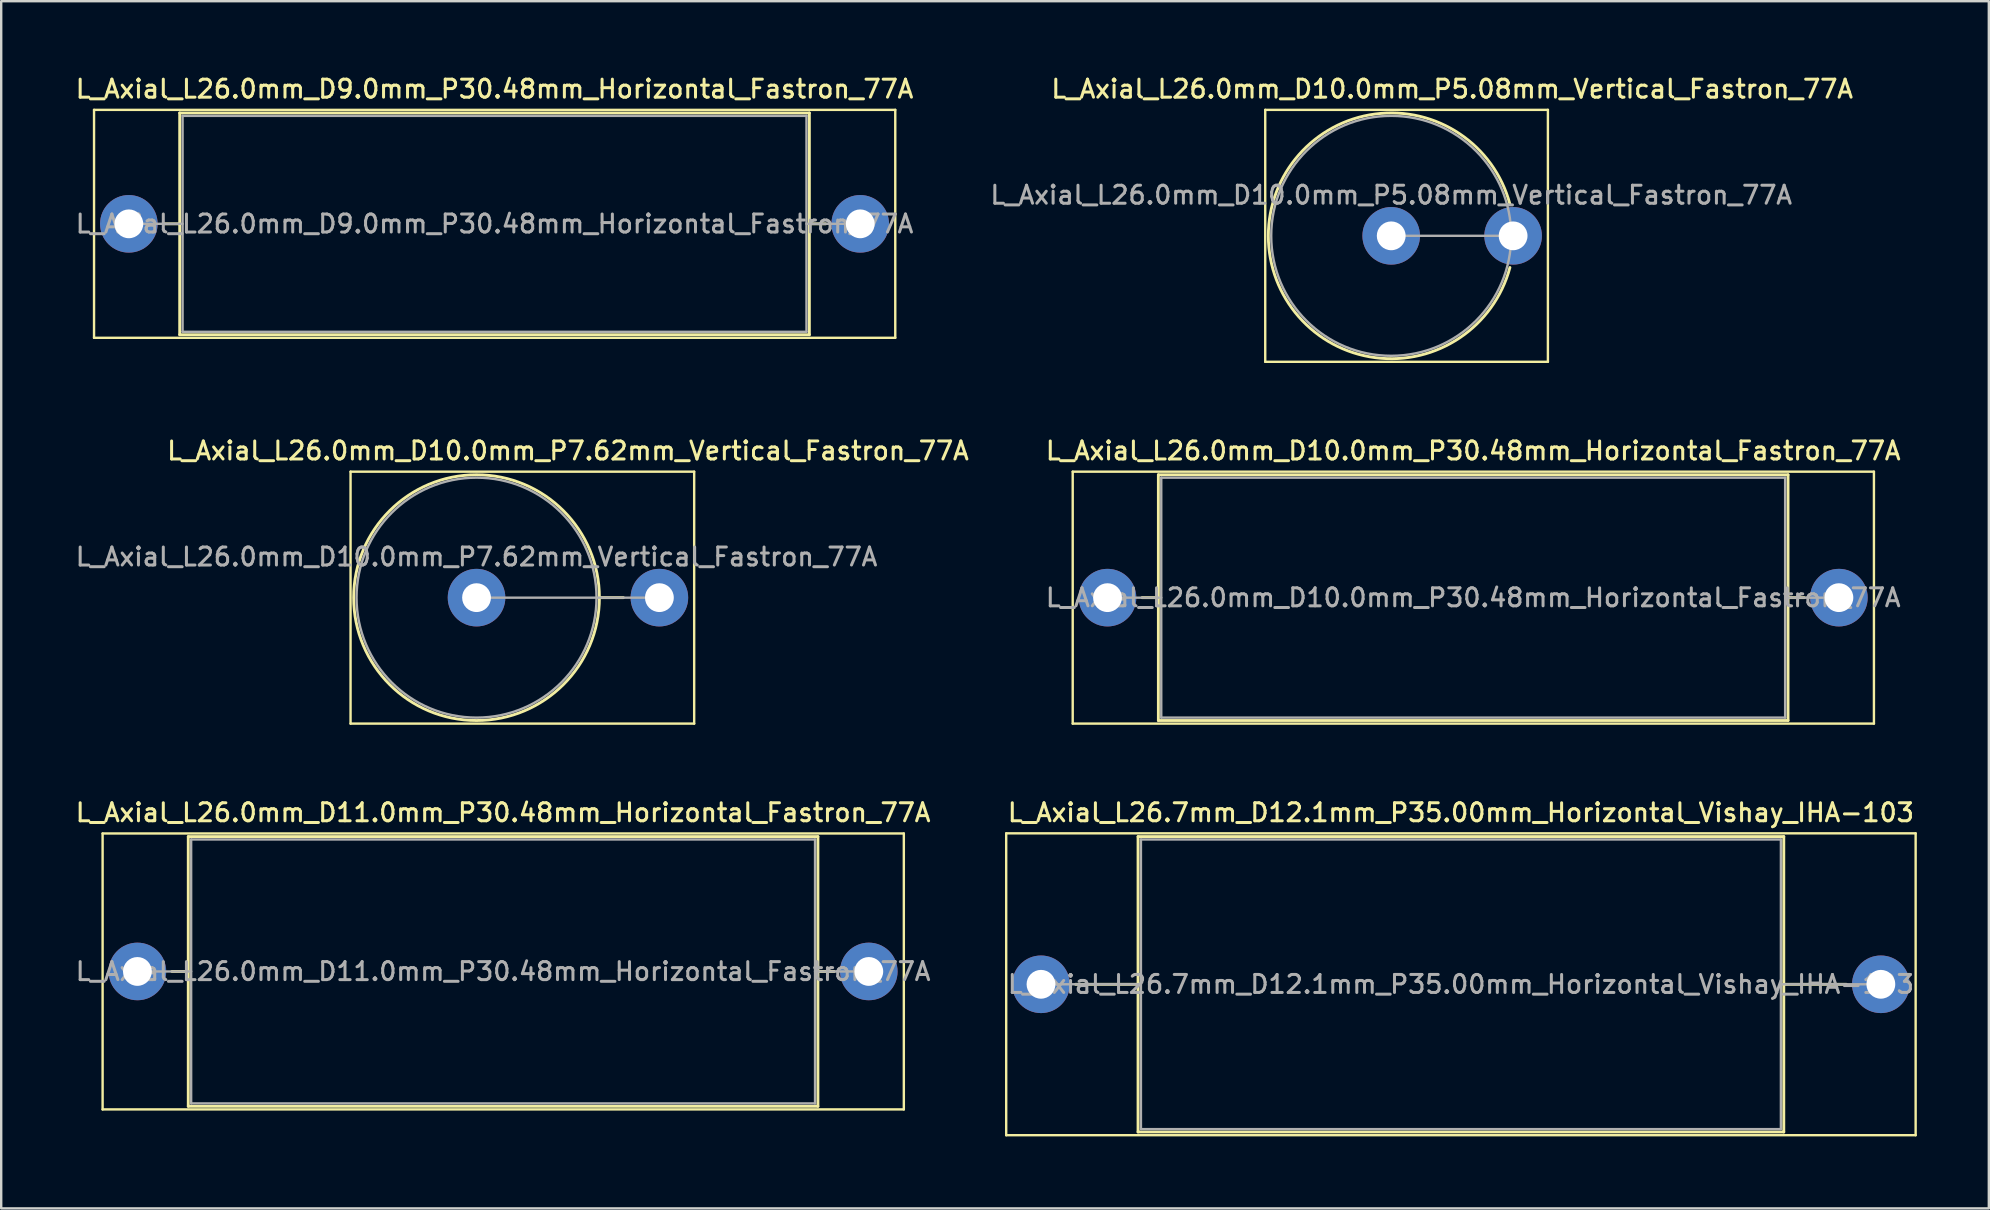
<source format=kicad_pcb>
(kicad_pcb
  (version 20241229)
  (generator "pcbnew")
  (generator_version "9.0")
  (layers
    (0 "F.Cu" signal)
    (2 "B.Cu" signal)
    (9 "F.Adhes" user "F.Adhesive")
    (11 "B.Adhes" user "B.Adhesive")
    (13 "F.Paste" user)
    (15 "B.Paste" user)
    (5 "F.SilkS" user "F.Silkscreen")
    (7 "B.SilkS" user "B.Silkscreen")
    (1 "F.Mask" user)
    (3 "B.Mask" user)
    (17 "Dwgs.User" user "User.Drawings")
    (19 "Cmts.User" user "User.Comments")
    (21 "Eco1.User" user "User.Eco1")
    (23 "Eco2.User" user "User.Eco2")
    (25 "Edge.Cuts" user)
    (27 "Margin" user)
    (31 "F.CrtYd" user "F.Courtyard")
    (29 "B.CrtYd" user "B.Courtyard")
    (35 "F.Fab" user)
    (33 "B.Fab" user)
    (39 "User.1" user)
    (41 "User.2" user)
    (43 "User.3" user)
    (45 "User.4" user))
  (footprint "L_Axial_L26.0mm_D10.0mm_P5.08mm_Vertical_Fastron_77A"
    (layer "F.Cu")
    (at 54.927 6.778)
    (property "Reference" "L_Axial_L26.0mm_D10.0mm_P5.08mm_Vertical_Fastron_77A" (at 2.54 -6.12 0) (layer "F.SilkS") (effects (font (size 0.75 0.75) (thickness 0.125))))
    (attr through_hole)
    (fp_line (start -5.25 -5.25) (end -5.25 5.25) (stroke (width 0.1) (type solid)) (layer "F.SilkS"))
    (fp_line (start -5.25 5.25) (end 6.53 5.25) (stroke (width 0.1) (type solid)) (layer "F.SilkS"))
    (fp_line (start 6.53 -5.25) (end -5.25 -5.25) (stroke (width 0.1) (type solid)) (layer "F.SilkS"))
    (fp_line (start 6.53 5.25) (end 6.53 -5.25) (stroke (width 0.1) (type solid)) (layer "F.SilkS"))
    (fp_arc (start 4.946918 1.32) (mid -5.12 0) (end 4.946918 -1.32) (stroke (width 0.12) (type solid)) (layer "F.SilkS"))
    (fp_line (start 0 0) (end 5.08 0) (stroke (width 0.1) (type solid)) (layer "F.Fab"))
    (fp_circle (center 0 0) (end 5 0) (stroke (width 0.1) (type solid)) (fill no) (layer "F.Fab"))
    (fp_text user "${REFERENCE}" (at 0 -1.7 0) (layer "F.Fab") (effects (font (size 0.75 0.75) (thickness 0.125))))
    (pad "1" thru_hole circle (at 0 0) (size 2.4 2.4) (drill 1.2) (layers "*.Cu" "*.Mask"))
    (pad "2" thru_hole oval (at 5.08 0) (size 2.4 2.4) (drill 1.2) (layers "*.Cu" "*.Mask")))
  (footprint "L_Axial_L26.0mm_D10.0mm_P30.48mm_Horizontal_Fastron_77A"
    (layer "F.Cu")
    (at 43.104 21.856)
    (property "Reference" "L_Axial_L26.0mm_D10.0mm_P30.48mm_Horizontal_Fastron_77A" (at 15.24 -6.12 0) (layer "F.SilkS") (effects (font (size 0.75 0.75) (thickness 0.125))))
    (attr through_hole)
    (fp_line (start -1.45 -5.25) (end -1.45 5.25) (stroke (width 0.1) (type solid)) (layer "F.SilkS"))
    (fp_line (start -1.45 5.25) (end 31.94 5.25) (stroke (width 0.1) (type solid)) (layer "F.SilkS"))
    (fp_line (start 1.44 0) (end 2.12 0) (stroke (width 0.12) (type solid)) (layer "F.SilkS"))
    (fp_line (start 2.12 -5.12) (end 2.12 5.12) (stroke (width 0.12) (type solid)) (layer "F.SilkS"))
    (fp_line (start 2.12 5.12) (end 28.36 5.12) (stroke (width 0.12) (type solid)) (layer "F.SilkS"))
    (fp_line (start 28.36 -5.12) (end 2.12 -5.12) (stroke (width 0.12) (type solid)) (layer "F.SilkS"))
    (fp_line (start 28.36 5.12) (end 28.36 -5.12) (stroke (width 0.12) (type solid)) (layer "F.SilkS"))
    (fp_line (start 29.04 0) (end 28.36 0) (stroke (width 0.12) (type solid)) (layer "F.SilkS"))
    (fp_line (start 31.94 -5.25) (end -1.45 -5.25) (stroke (width 0.1) (type solid)) (layer "F.SilkS"))
    (fp_line (start 31.94 5.25) (end 31.94 -5.25) (stroke (width 0.1) (type solid)) (layer "F.SilkS"))
    (fp_line (start 0 0) (end 2.24 0) (stroke (width 0.1) (type solid)) (layer "F.Fab"))
    (fp_line (start 2.24 -5) (end 2.24 5) (stroke (width 0.1) (type solid)) (layer "F.Fab"))
    (fp_line (start 2.24 5) (end 28.24 5) (stroke (width 0.1) (type solid)) (layer "F.Fab"))
    (fp_line (start 28.24 -5) (end 2.24 -5) (stroke (width 0.1) (type solid)) (layer "F.Fab"))
    (fp_line (start 28.24 5) (end 28.24 -5) (stroke (width 0.1) (type solid)) (layer "F.Fab"))
    (fp_line (start 30.48 0) (end 28.24 0) (stroke (width 0.1) (type solid)) (layer "F.Fab"))
    (fp_text user "${REFERENCE}" (at 15.24 0 0) (layer "F.Fab") (effects (font (size 0.75 0.75) (thickness 0.125))))
    (pad "1" thru_hole circle (at 0 0) (size 2.4 2.4) (drill 1.2) (layers "*.Cu" "*.Mask"))
    (pad "2" thru_hole oval (at 30.48 0) (size 2.4 2.4) (drill 1.2) (layers "*.Cu" "*.Mask")))
  (footprint "L_Axial_L26.0mm_D9.0mm_P30.48mm_Horizontal_Fastron_77A"
    (layer "F.Cu")
    (at 2.319 6.278)
    (property "Reference" "L_Axial_L26.0mm_D9.0mm_P30.48mm_Horizontal_Fastron_77A" (at 15.24 -5.62 0) (layer "F.SilkS") (effects (font (size 0.75 0.75) (thickness 0.125))))
    (attr through_hole)
    (fp_line (start -1.45 -4.75) (end -1.45 4.75) (stroke (width 0.1) (type solid)) (layer "F.SilkS"))
    (fp_line (start -1.45 4.75) (end 31.94 4.75) (stroke (width 0.1) (type solid)) (layer "F.SilkS"))
    (fp_line (start 1.44 0) (end 2.12 0) (stroke (width 0.12) (type solid)) (layer "F.SilkS"))
    (fp_line (start 2.12 -4.62) (end 2.12 4.62) (stroke (width 0.12) (type solid)) (layer "F.SilkS"))
    (fp_line (start 2.12 4.62) (end 28.36 4.62) (stroke (width 0.12) (type solid)) (layer "F.SilkS"))
    (fp_line (start 28.36 -4.62) (end 2.12 -4.62) (stroke (width 0.12) (type solid)) (layer "F.SilkS"))
    (fp_line (start 28.36 4.62) (end 28.36 -4.62) (stroke (width 0.12) (type solid)) (layer "F.SilkS"))
    (fp_line (start 29.04 0) (end 28.36 0) (stroke (width 0.12) (type solid)) (layer "F.SilkS"))
    (fp_line (start 31.94 -4.75) (end -1.45 -4.75) (stroke (width 0.1) (type solid)) (layer "F.SilkS"))
    (fp_line (start 31.94 4.75) (end 31.94 -4.75) (stroke (width 0.1) (type solid)) (layer "F.SilkS"))
    (fp_line (start 0 0) (end 2.24 0) (stroke (width 0.1) (type solid)) (layer "F.Fab"))
    (fp_line (start 2.24 -4.5) (end 2.24 4.5) (stroke (width 0.1) (type solid)) (layer "F.Fab"))
    (fp_line (start 2.24 4.5) (end 28.24 4.5) (stroke (width 0.1) (type solid)) (layer "F.Fab"))
    (fp_line (start 28.24 -4.5) (end 2.24 -4.5) (stroke (width 0.1) (type solid)) (layer "F.Fab"))
    (fp_line (start 28.24 4.5) (end 28.24 -4.5) (stroke (width 0.1) (type solid)) (layer "F.Fab"))
    (fp_line (start 30.48 0) (end 28.24 0) (stroke (width 0.1) (type solid)) (layer "F.Fab"))
    (fp_text user "${REFERENCE}" (at 15.24 0 0) (layer "F.Fab") (effects (font (size 0.75 0.75) (thickness 0.125))))
    (pad "1" thru_hole circle (at 0 0) (size 2.4 2.4) (drill 1.2) (layers "*.Cu" "*.Mask"))
    (pad "2" thru_hole oval (at 30.48 0) (size 2.4 2.4) (drill 1.2) (layers "*.Cu" "*.Mask")))
  (footprint "L_Axial_L26.0mm_D11.0mm_P30.48mm_Horizontal_Fastron_77A"
    (layer "F.Cu")
    (at 2.676 37.434)
    (property "Reference" "L_Axial_L26.0mm_D11.0mm_P30.48mm_Horizontal_Fastron_77A" (at 15.24 -6.62 0) (layer "F.SilkS") (effects (font (size 0.75 0.75) (thickness 0.125))))
    (attr through_hole)
    (fp_line (start -1.45 -5.75) (end -1.45 5.75) (stroke (width 0.1) (type solid)) (layer "F.SilkS"))
    (fp_line (start -1.45 5.75) (end 31.94 5.75) (stroke (width 0.1) (type solid)) (layer "F.SilkS"))
    (fp_line (start 1.44 0) (end 2.12 0) (stroke (width 0.12) (type solid)) (layer "F.SilkS"))
    (fp_line (start 2.12 -5.62) (end 2.12 5.62) (stroke (width 0.12) (type solid)) (layer "F.SilkS"))
    (fp_line (start 2.12 5.62) (end 28.36 5.62) (stroke (width 0.12) (type solid)) (layer "F.SilkS"))
    (fp_line (start 28.36 -5.62) (end 2.12 -5.62) (stroke (width 0.12) (type solid)) (layer "F.SilkS"))
    (fp_line (start 28.36 5.62) (end 28.36 -5.62) (stroke (width 0.12) (type solid)) (layer "F.SilkS"))
    (fp_line (start 29.04 0) (end 28.36 0) (stroke (width 0.12) (type solid)) (layer "F.SilkS"))
    (fp_line (start 31.94 -5.75) (end -1.45 -5.75) (stroke (width 0.1) (type solid)) (layer "F.SilkS"))
    (fp_line (start 31.94 5.75) (end 31.94 -5.75) (stroke (width 0.1) (type solid)) (layer "F.SilkS"))
    (fp_line (start 0 0) (end 2.24 0) (stroke (width 0.1) (type solid)) (layer "F.Fab"))
    (fp_line (start 2.24 -5.5) (end 2.24 5.5) (stroke (width 0.1) (type solid)) (layer "F.Fab"))
    (fp_line (start 2.24 5.5) (end 28.24 5.5) (stroke (width 0.1) (type solid)) (layer "F.Fab"))
    (fp_line (start 28.24 -5.5) (end 2.24 -5.5) (stroke (width 0.1) (type solid)) (layer "F.Fab"))
    (fp_line (start 28.24 5.5) (end 28.24 -5.5) (stroke (width 0.1) (type solid)) (layer "F.Fab"))
    (fp_line (start 30.48 0) (end 28.24 0) (stroke (width 0.1) (type solid)) (layer "F.Fab"))
    (fp_text user "${REFERENCE}" (at 15.24 0 0) (layer "F.Fab") (effects (font (size 0.75 0.75) (thickness 0.125))))
    (pad "1" thru_hole circle (at 0 0) (size 2.4 2.4) (drill 1.2) (layers "*.Cu" "*.Mask"))
    (pad "2" thru_hole oval (at 30.48 0) (size 2.4 2.4) (drill 1.2) (layers "*.Cu" "*.Mask")))
  (footprint "L_Axial_L26.7mm_D12.1mm_P35.00mm_Horizontal_Vishay_IHA-103"
    (layer "F.Cu")
    (at 40.332 37.969)
    (property "Reference" "L_Axial_L26.7mm_D12.1mm_P35.00mm_Horizontal_Vishay_IHA-103" (at 17.5 -7.155 0) (layer "F.SilkS") (effects (font (size 0.75 0.75) (thickness 0.125))))
    (attr through_hole)
    (fp_line (start -1.45 -6.29) (end -1.45 6.29) (stroke (width 0.1) (type solid)) (layer "F.SilkS"))
    (fp_line (start -1.45 6.29) (end 36.45 6.29) (stroke (width 0.1) (type solid)) (layer "F.SilkS"))
    (fp_line (start 1.44 0) (end 4.045 0) (stroke (width 0.12) (type solid)) (layer "F.SilkS"))
    (fp_line (start 4.045 -6.155) (end 4.045 6.155) (stroke (width 0.12) (type solid)) (layer "F.SilkS"))
    (fp_line (start 4.045 6.155) (end 30.955 6.155) (stroke (width 0.12) (type solid)) (layer "F.SilkS"))
    (fp_line (start 30.955 -6.155) (end 4.045 -6.155) (stroke (width 0.12) (type solid)) (layer "F.SilkS"))
    (fp_line (start 30.955 6.155) (end 30.955 -6.155) (stroke (width 0.12) (type solid)) (layer "F.SilkS"))
    (fp_line (start 33.56 0) (end 30.955 0) (stroke (width 0.12) (type solid)) (layer "F.SilkS"))
    (fp_line (start 36.45 -6.29) (end -1.45 -6.29) (stroke (width 0.1) (type solid)) (layer "F.SilkS"))
    (fp_line (start 36.45 6.29) (end 36.45 -6.29) (stroke (width 0.1) (type solid)) (layer "F.SilkS"))
    (fp_line (start 0 0) (end 4.165 0) (stroke (width 0.1) (type solid)) (layer "F.Fab"))
    (fp_line (start 4.165 -6.035) (end 4.165 6.035) (stroke (width 0.1) (type solid)) (layer "F.Fab"))
    (fp_line (start 4.165 6.035) (end 30.835 6.035) (stroke (width 0.1) (type solid)) (layer "F.Fab"))
    (fp_line (start 30.835 -6.035) (end 4.165 -6.035) (stroke (width 0.1) (type solid)) (layer "F.Fab"))
    (fp_line (start 30.835 6.035) (end 30.835 -6.035) (stroke (width 0.1) (type solid)) (layer "F.Fab"))
    (fp_line (start 35 0) (end 30.835 0) (stroke (width 0.1) (type solid)) (layer "F.Fab"))
    (fp_text user "${REFERENCE}" (at 17.5 0 0) (layer "F.Fab") (effects (font (size 0.75 0.75) (thickness 0.125))))
    (pad "1" thru_hole circle (at 0 0) (size 2.4 2.4) (drill 1.2) (layers "*.Cu" "*.Mask"))
    (pad "2" thru_hole oval (at 35 0) (size 2.4 2.4) (drill 1.2) (layers "*.Cu" "*.Mask")))
  (footprint "L_Axial_L26.0mm_D10.0mm_P7.62mm_Vertical_Fastron_77A"
    (layer "F.Cu")
    (at 16.809 21.856)
    (property "Reference" "L_Axial_L26.0mm_D10.0mm_P7.62mm_Vertical_Fastron_77A" (at 3.81 -6.12 0) (layer "F.SilkS") (effects (font (size 0.75 0.75) (thickness 0.125))))
    (attr through_hole)
    (fp_line (start -5.25 -5.25) (end -5.25 5.25) (stroke (width 0.1) (type solid)) (layer "F.SilkS"))
    (fp_line (start -5.25 5.25) (end 9.07 5.25) (stroke (width 0.1) (type solid)) (layer "F.SilkS"))
    (fp_line (start 5.12 0) (end 6.12 0) (stroke (width 0.12) (type solid)) (layer "F.SilkS"))
    (fp_line (start 9.07 -5.25) (end -5.25 -5.25) (stroke (width 0.1) (type solid)) (layer "F.SilkS"))
    (fp_line (start 9.07 5.25) (end 9.07 -5.25) (stroke (width 0.1) (type solid)) (layer "F.SilkS"))
    (fp_circle (center 0 0) (end 5.12 0) (stroke (width 0.12) (type solid)) (fill no) (layer "F.SilkS"))
    (fp_line (start 0 0) (end 7.62 0) (stroke (width 0.1) (type solid)) (layer "F.Fab"))
    (fp_circle (center 0 0) (end 5 0) (stroke (width 0.1) (type solid)) (fill no) (layer "F.Fab"))
    (fp_text user "${REFERENCE}" (at 0 -1.7 0) (layer "F.Fab") (effects (font (size 0.75 0.75) (thickness 0.125))))
    (pad "1" thru_hole circle (at 0 0) (size 2.4 2.4) (drill 1.2) (layers "*.Cu" "*.Mask"))
    (pad "2" thru_hole oval (at 7.62 0) (size 2.4 2.4) (drill 1.2) (layers "*.Cu" "*.Mask")))
  (gr_rect
    (start -3 -3)
    (end 79.832 47.309)
    (stroke (width 0.1) (type default))
    (fill no)
    (layer "Edge.Cuts")))
</source>
